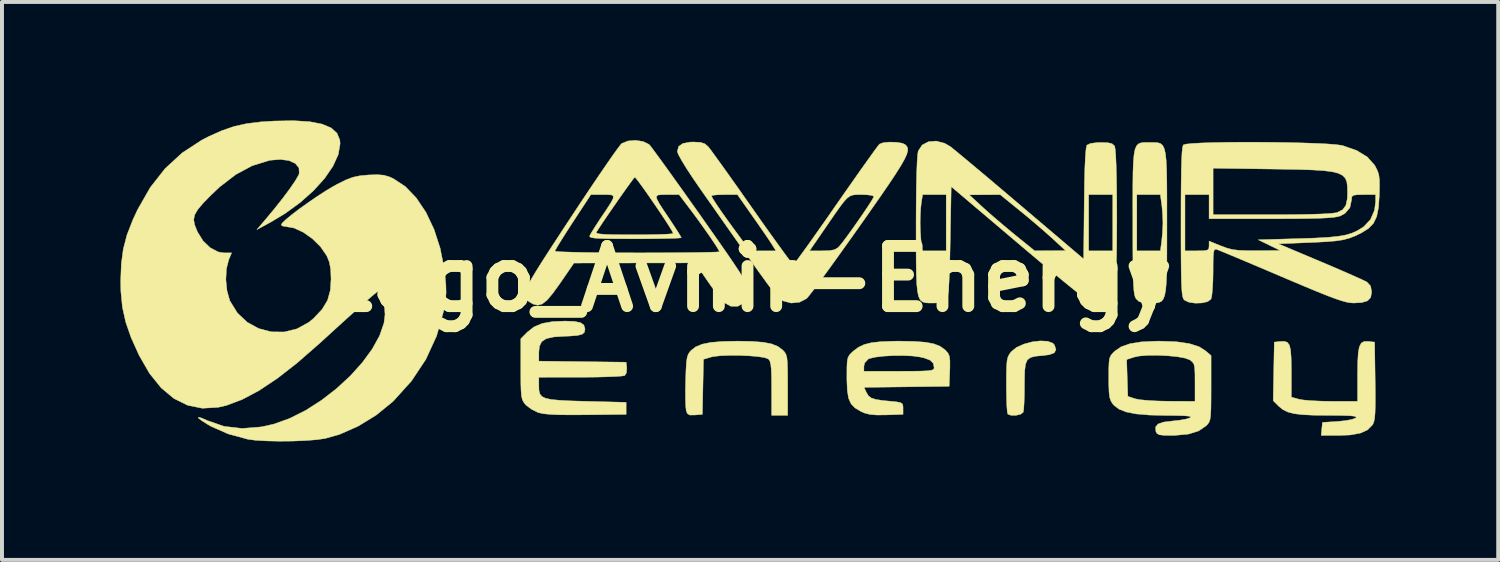
<source format=kicad_pcb>
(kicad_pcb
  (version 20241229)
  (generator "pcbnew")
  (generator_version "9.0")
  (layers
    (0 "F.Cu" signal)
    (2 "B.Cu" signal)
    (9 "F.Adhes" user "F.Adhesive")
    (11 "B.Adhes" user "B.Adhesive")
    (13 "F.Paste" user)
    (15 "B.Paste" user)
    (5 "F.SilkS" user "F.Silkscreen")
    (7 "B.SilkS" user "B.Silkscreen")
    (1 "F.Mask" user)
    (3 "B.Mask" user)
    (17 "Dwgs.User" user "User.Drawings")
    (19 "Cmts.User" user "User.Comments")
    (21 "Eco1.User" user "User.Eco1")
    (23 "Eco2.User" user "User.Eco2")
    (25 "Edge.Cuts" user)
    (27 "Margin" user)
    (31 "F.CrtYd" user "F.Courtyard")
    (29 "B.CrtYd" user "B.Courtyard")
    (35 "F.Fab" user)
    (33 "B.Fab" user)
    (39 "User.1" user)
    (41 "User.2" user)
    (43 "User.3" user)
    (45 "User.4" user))
  (footprint "Logo_Avnir-Energy"
    (layer "F.Cu")
    (at 15.874 4.011)
    (property "Reference" "Logo_Avnir-Energy" (at 0 0 0) (layer "F.SilkS") (effects (font (size 1.524 1.524) (thickness 0.3))))
    (attr through_hole)
    (fp_poly (pts (xy 7.595 1.578) (xy 7.728 1.626) (xy 7.77 1.673) (xy 7.808 1.79) (xy 7.766 1.87) (xy 7.639 1.919) (xy 7.469 1.94) (xy 7.288 1.957) (xy 7.163 1.989) (xy 7.082 2.051) (xy 7.037 2.16) (xy 7.016 2.333) (xy 7.011 2.585) (xy 7.01 2.694) (xy 7.008 2.937) (xy 7.001 3.148) (xy 6.991 3.302) (xy 6.98 3.374) (xy 6.914 3.425) (xy 6.795 3.454) (xy 6.67 3.453) (xy 6.587 3.421) (xy 6.575 3.36) (xy 6.564 3.217) (xy 6.557 3.012) (xy 6.553 2.764) (xy 6.553 2.688) (xy 6.554 2.407) (xy 6.559 2.209) (xy 6.57 2.073) (xy 6.591 1.98) (xy 6.624 1.912) (xy 6.672 1.848) (xy 6.679 1.839) (xy 6.811 1.733) (xy 6.995 1.65) (xy 7.203 1.594) (xy 7.412 1.569) (xy 7.595 1.578)) (stroke (width 0.01) (type solid)) (fill yes) (layer "F.SilkS"))
    (fp_poly (pts (xy -0.244 1.575) (xy 0.12 1.582) (xy 0.399 1.604) (xy 0.609 1.645) (xy 0.766 1.708) (xy 0.885 1.795) (xy 0.895 1.805) (xy 0.942 1.856) (xy 0.974 1.913) (xy 0.996 1.992) (xy 1.008 2.112) (xy 1.014 2.291) (xy 1.016 2.546) (xy 1.016 2.69) (xy 1.016 3.454) (xy 0.61 3.454) (xy 0.61 2.775) (xy 0.608 2.491) (xy 0.601 2.291) (xy 0.587 2.159) (xy 0.565 2.078) (xy 0.532 2.031) (xy 0.526 2.026) (xy 0.435 1.992) (xy 0.268 1.966) (xy 0.049 1.947) (xy -0.197 1.936) (xy -0.446 1.935) (xy -0.673 1.943) (xy -0.854 1.963) (xy -0.924 1.978) (xy -1.115 2.035) (xy -1.129 2.732) (xy -1.143 3.429) (xy -1.332 3.445) (xy -1.46 3.446) (xy -1.523 3.41) (xy -1.553 3.331) (xy -1.564 3.232) (xy -1.571 3.055) (xy -1.572 2.827) (xy -1.567 2.572) (xy -1.567 2.57) (xy -1.558 2.303) (xy -1.547 2.117) (xy -1.529 1.992) (xy -1.501 1.908) (xy -1.459 1.844) (xy -1.431 1.812) (xy -1.313 1.72) (xy -1.149 1.652) (xy -0.926 1.607) (xy -0.63 1.583) (xy -0.248 1.575) (xy -0.244 1.575)) (stroke (width 0.01) (type solid)) (fill yes) (layer "F.SilkS"))
    (fp_poly (pts (xy 13.665 1.605) (xy 13.717 1.674) (xy 13.748 1.801) (xy 13.762 2) (xy 13.767 2.283) (xy 13.767 2.341) (xy 13.767 2.992) (xy 13.957 3.045) (xy 14.082 3.066) (xy 14.281 3.083) (xy 14.527 3.094) (xy 14.792 3.099) (xy 14.796 3.099) (xy 15.443 3.099) (xy 15.443 2.423) (xy 15.447 2.104) (xy 15.46 1.874) (xy 15.488 1.72) (xy 15.534 1.628) (xy 15.603 1.586) (xy 15.699 1.581) (xy 15.725 1.583) (xy 15.875 1.6) (xy 15.889 2.585) (xy 15.893 2.937) (xy 15.892 3.201) (xy 15.886 3.393) (xy 15.875 3.527) (xy 15.856 3.618) (xy 15.83 3.681) (xy 15.821 3.694) (xy 15.697 3.821) (xy 15.511 3.905) (xy 15.25 3.951) (xy 14.959 3.962) (xy 14.522 3.962) (xy 14.554 3.632) (xy 14.946 3.607) (xy 15.141 3.587) (xy 15.301 3.557) (xy 15.393 3.523) (xy 15.4 3.518) (xy 15.407 3.493) (xy 15.36 3.475) (xy 15.25 3.463) (xy 15.064 3.457) (xy 14.79 3.454) (xy 14.704 3.454) (xy 14.335 3.45) (xy 14.052 3.437) (xy 13.838 3.411) (xy 13.677 3.369) (xy 13.554 3.309) (xy 13.452 3.227) (xy 13.442 3.217) (xy 13.307 3.082) (xy 13.321 2.341) (xy 13.335 1.6) (xy 13.478 1.584) (xy 13.587 1.58) (xy 13.665 1.605)) (stroke (width 0.01) (type solid)) (fill yes) (layer "F.SilkS"))
    (fp_poly (pts (xy -4.381 1.076) (xy -4.226 1.108) (xy -4.143 1.168) (xy -4.115 1.264) (xy -4.115 1.277) (xy -4.13 1.352) (xy -4.188 1.401) (xy -4.304 1.431) (xy -4.497 1.446) (xy -4.633 1.451) (xy -4.907 1.469) (xy -5.096 1.512) (xy -5.212 1.589) (xy -5.269 1.708) (xy -5.283 1.854) (xy -5.283 2.081) (xy -3.073 2.108) (xy -3.057 2.255) (xy -3.066 2.378) (xy -3.107 2.445) (xy -3.177 2.458) (xy -3.331 2.469) (xy -3.555 2.478) (xy -3.832 2.485) (xy -4.145 2.488) (xy -4.229 2.488) (xy -5.283 2.489) (xy -5.283 2.716) (xy -5.279 2.826) (xy -5.257 2.912) (xy -5.207 2.975) (xy -5.116 3.02) (xy -4.973 3.052) (xy -4.765 3.072) (xy -4.48 3.087) (xy -4.107 3.098) (xy -4.064 3.099) (xy -3.073 3.124) (xy -3.073 3.429) (xy -4.089 3.44) (xy -4.475 3.442) (xy -4.774 3.439) (xy -4.997 3.429) (xy -5.161 3.413) (xy -5.277 3.389) (xy -5.309 3.379) (xy -5.469 3.299) (xy -5.607 3.195) (xy -5.626 3.174) (xy -5.67 3.117) (xy -5.701 3.054) (xy -5.722 2.965) (xy -5.733 2.833) (xy -5.739 2.641) (xy -5.74 2.37) (xy -5.74 2.278) (xy -5.74 1.514) (xy -5.573 1.346) (xy -5.404 1.214) (xy -5.197 1.127) (xy -4.933 1.08) (xy -4.62 1.067) (xy -4.381 1.076)) (stroke (width 0.01) (type solid)) (fill yes) (layer "F.SilkS"))
    (fp_poly (pts (xy 10.199 -3.454) (xy 10.304 -3.454) (xy 10.389 -3.448) (xy 10.457 -3.426) (xy 10.51 -3.379) (xy 10.55 -3.298) (xy 10.579 -3.174) (xy 10.598 -2.997) (xy 10.609 -2.759) (xy 10.615 -2.449) (xy 10.617 -2.058) (xy 10.617 -1.578) (xy 10.617 -1.422) (xy 10.617 -0.915) (xy 10.616 -0.5) (xy 10.612 -0.168) (xy 10.602 0.091) (xy 10.585 0.285) (xy 10.559 0.423) (xy 10.522 0.515) (xy 10.472 0.571) (xy 10.407 0.599) (xy 10.325 0.609) (xy 10.224 0.61) (xy 10.185 0.61) (xy 10.013 0.602) (xy 9.909 0.571) (xy 9.84 0.506) (xy 9.833 0.497) (xy 9.812 0.455) (xy 9.795 0.39) (xy 9.781 0.291) (xy 9.771 0.148) (xy 9.763 -0.048) (xy 9.758 -0.308) (xy 9.755 -0.642) (xy 9.754 -1.059) (xy 9.754 -1.451) (xy 9.753 -1.955) (xy 9.754 -2.134) (xy 9.855 -2.134) (xy 9.855 -0.711) (xy 10.451 -0.711) (xy 10.483 -0.947) (xy 10.504 -1.157) (xy 10.515 -1.379) (xy 10.516 -1.422) (xy 10.508 -1.634) (xy 10.489 -1.855) (xy 10.483 -1.898) (xy 10.451 -2.134) (xy 9.855 -2.134) (xy 9.754 -2.134) (xy 9.754 -2.367) (xy 9.758 -2.695) (xy 9.767 -2.95) (xy 9.784 -3.141) (xy 9.809 -3.277) (xy 9.846 -3.366) (xy 9.897 -3.42) (xy 9.963 -3.446) (xy 10.047 -3.455) (xy 10.15 -3.455) (xy 10.199 -3.454)) (stroke (width 0.01) (type solid)) (fill yes) (layer "F.SilkS"))
    (fp_poly (pts (xy 4.225 1.582) (xy 4.505 1.603) (xy 4.716 1.643) (xy 4.873 1.704) (xy 4.994 1.79) (xy 5.012 1.807) (xy 5.075 1.879) (xy 5.11 1.958) (xy 5.124 2.073) (xy 5.123 2.252) (xy 5.12 2.324) (xy 5.105 2.718) (xy 4.027 2.732) (xy 2.949 2.745) (xy 3.006 2.868) (xy 3.057 2.955) (xy 3.13 3.013) (xy 3.247 3.051) (xy 3.43 3.079) (xy 3.581 3.093) (xy 3.767 3.111) (xy 3.873 3.132) (xy 3.922 3.166) (xy 3.936 3.226) (xy 3.937 3.277) (xy 3.937 3.429) (xy 3.505 3.443) (xy 3.267 3.445) (xy 3.097 3.43) (xy 2.961 3.395) (xy 2.865 3.352) (xy 2.72 3.265) (xy 2.621 3.162) (xy 2.558 3.022) (xy 2.526 2.825) (xy 2.515 2.552) (xy 2.515 2.477) (xy 2.516 2.247) (xy 2.517 2.212) (xy 2.946 2.212) (xy 2.946 2.337) (xy 3.835 2.337) (xy 4.157 2.336) (xy 4.39 2.333) (xy 4.549 2.326) (xy 4.648 2.314) (xy 4.701 2.295) (xy 4.721 2.268) (xy 4.724 2.248) (xy 4.702 2.137) (xy 4.628 2.06) (xy 4.481 2.003) (xy 4.369 1.977) (xy 4.181 1.951) (xy 3.945 1.94) (xy 3.688 1.941) (xy 3.44 1.955) (xy 3.229 1.981) (xy 3.083 2.016) (xy 3.059 2.026) (xy 2.964 2.128) (xy 2.946 2.212) (xy 2.517 2.212) (xy 2.523 2.094) (xy 2.542 1.994) (xy 2.579 1.925) (xy 2.641 1.861) (xy 2.677 1.828) (xy 2.806 1.731) (xy 2.953 1.661) (xy 3.138 1.614) (xy 3.378 1.588) (xy 3.692 1.576) (xy 3.861 1.575) (xy 4.225 1.582)) (stroke (width 0.01) (type solid)) (fill yes) (layer "F.SilkS"))
    (fp_poly (pts (xy 10.855 1.59) (xy 11.183 1.637) (xy 11.43 1.716) (xy 11.584 1.812) (xy 11.735 1.939) (xy 11.735 2.766) (xy 11.734 3.074) (xy 11.731 3.296) (xy 11.723 3.451) (xy 11.709 3.555) (xy 11.685 3.624) (xy 11.65 3.676) (xy 11.609 3.718) (xy 11.42 3.848) (xy 11.159 3.929) (xy 10.816 3.961) (xy 10.729 3.962) (xy 10.538 3.959) (xy 10.425 3.945) (xy 10.366 3.914) (xy 10.337 3.859) (xy 10.337 3.858) (xy 10.329 3.749) (xy 10.393 3.672) (xy 10.538 3.623) (xy 10.761 3.596) (xy 10.953 3.575) (xy 11.114 3.545) (xy 11.205 3.514) (xy 11.223 3.491) (xy 11.177 3.475) (xy 11.057 3.464) (xy 10.855 3.458) (xy 10.588 3.456) (xy 10.17 3.446) (xy 9.841 3.418) (xy 9.59 3.369) (xy 9.405 3.297) (xy 9.275 3.198) (xy 9.248 3.167) (xy 9.2 3.093) (xy 9.169 3.002) (xy 9.152 2.872) (xy 9.145 2.679) (xy 9.144 2.503) (xy 9.145 2.265) (xy 9.152 2.105) (xy 9.162 2.041) (xy 9.598 2.041) (xy 9.612 2.506) (xy 9.627 2.972) (xy 9.804 3.032) (xy 9.927 3.057) (xy 10.126 3.076) (xy 10.378 3.09) (xy 10.655 3.096) (xy 11.328 3.099) (xy 11.328 2.617) (xy 11.327 2.392) (xy 11.319 2.246) (xy 11.299 2.156) (xy 11.262 2.1) (xy 11.203 2.054) (xy 11.196 2.049) (xy 11.075 2.004) (xy 10.88 1.969) (xy 10.639 1.945) (xy 10.38 1.933) (xy 10.13 1.935) (xy 9.916 1.952) (xy 9.784 1.98) (xy 9.598 2.041) (xy 9.162 2.041) (xy 9.169 2.001) (xy 9.203 1.929) (xy 9.258 1.866) (xy 9.298 1.828) (xy 9.459 1.718) (xy 9.677 1.641) (xy 9.965 1.594) (xy 10.336 1.576) (xy 10.439 1.575) (xy 10.855 1.59)) (stroke (width 0.01) (type solid)) (fill yes) (layer "F.SilkS"))
    (fp_poly (pts (xy 4.987 -3.435) (xy 5.13 -3.353) (xy 5.199 -3.299) (xy 5.336 -3.186) (xy 5.533 -3.023) (xy 5.78 -2.816) (xy 6.069 -2.574) (xy 6.39 -2.303) (xy 6.734 -2.011) (xy 6.891 -1.878) (xy 8.509 -0.504) (xy 8.523 -1.912) (xy 8.526 -2.134) (xy 8.636 -2.134) (xy 8.636 -0.711) (xy 9.246 -0.711) (xy 9.246 -2.134) (xy 8.636 -2.134) (xy 8.526 -2.134) (xy 8.529 -2.406) (xy 8.539 -2.8) (xy 8.553 -3.094) (xy 8.569 -3.288) (xy 8.589 -3.381) (xy 8.592 -3.387) (xy 8.683 -3.43) (xy 8.854 -3.452) (xy 8.945 -3.454) (xy 9.123 -3.448) (xy 9.227 -3.423) (xy 9.285 -3.373) (xy 9.295 -3.356) (xy 9.309 -3.278) (xy 9.322 -3.112) (xy 9.332 -2.874) (xy 9.34 -2.578) (xy 9.345 -2.237) (xy 9.348 -1.868) (xy 9.349 -1.483) (xy 9.347 -1.097) (xy 9.344 -0.725) (xy 9.338 -0.382) (xy 9.329 -0.081) (xy 9.319 0.163) (xy 9.306 0.336) (xy 9.291 0.422) (xy 9.291 0.424) (xy 9.184 0.553) (xy 9.022 0.64) (xy 8.9 0.659) (xy 8.796 0.636) (xy 8.664 0.583) (xy 8.661 0.582) (xy 8.591 0.533) (xy 8.452 0.426) (xy 8.254 0.267) (xy 8.005 0.064) (xy 7.714 -0.176) (xy 7.39 -0.446) (xy 7.042 -0.739) (xy 6.833 -0.916) (xy 5.402 -2.129) (xy 5.613 -2.129) (xy 5.944 -1.823) (xy 6.122 -1.663) (xy 6.348 -1.468) (xy 6.59 -1.264) (xy 6.772 -1.114) (xy 7.27 -0.711) (xy 7.661 -0.714) (xy 8.052 -0.716) (xy 7.722 -1.022) (xy 7.543 -1.181) (xy 7.317 -1.377) (xy 7.075 -1.581) (xy 6.893 -1.73) (xy 6.395 -2.134) (xy 6.004 -2.131) (xy 5.613 -2.129) (xy 5.402 -2.129) (xy 5.156 -2.337) (xy 5.131 -0.948) (xy 5.122 -0.509) (xy 5.112 -0.163) (xy 5.1 0.102) (xy 5.086 0.294) (xy 5.07 0.424) (xy 5.05 0.501) (xy 5.036 0.526) (xy 4.94 0.584) (xy 4.769 0.608) (xy 4.696 0.61) (xy 4.587 0.61) (xy 4.498 0.603) (xy 4.428 0.58) (xy 4.373 0.533) (xy 4.333 0.45) (xy 4.304 0.323) (xy 4.285 0.143) (xy 4.274 -0.101) (xy 4.269 -0.416) (xy 4.267 -0.814) (xy 4.267 -1.304) (xy 4.267 -1.35) (xy 4.267 -1.422) (xy 4.37 -1.422) (xy 4.375 -1.213) (xy 4.388 -1.015) (xy 4.401 -0.902) (xy 4.433 -0.711) (xy 5.029 -0.711) (xy 5.029 -2.134) (xy 4.433 -2.134) (xy 4.401 -1.943) (xy 4.384 -1.787) (xy 4.373 -1.582) (xy 4.37 -1.422) (xy 4.267 -1.422) (xy 4.269 -1.868) (xy 4.274 -2.313) (xy 4.282 -2.678) (xy 4.293 -2.958) (xy 4.306 -3.148) (xy 4.321 -3.239) (xy 4.421 -3.39) (xy 4.58 -3.474) (xy 4.776 -3.49) (xy 4.987 -3.435)) (stroke (width 0.01) (type solid)) (fill yes) (layer "F.SilkS"))
    (fp_poly (pts (xy -1.189 -3.457) (xy -1.079 -3.42) (xy -0.992 -3.344) (xy -0.988 -3.339) (xy -0.933 -3.268) (xy -0.828 -3.124) (xy -0.68 -2.919) (xy -0.496 -2.662) (xy -0.285 -2.365) (xy -0.054 -2.037) (xy 0.124 -1.784) (xy 0.36 -1.448) (xy 0.579 -1.141) (xy 0.773 -0.871) (xy 0.934 -0.649) (xy 1.058 -0.483) (xy 1.135 -0.383) (xy 1.16 -0.358) (xy 1.196 -0.399) (xy 1.282 -0.514) (xy 1.413 -0.694) (xy 1.426 -0.711) (xy 1.569 -0.711) (xy 1.893 -0.711) (xy 2.084 -0.717) (xy 2.205 -0.741) (xy 2.289 -0.792) (xy 2.323 -0.826) (xy 2.398 -0.916) (xy 2.507 -1.061) (xy 2.639 -1.243) (xy 2.78 -1.443) (xy 2.919 -1.644) (xy 3.042 -1.827) (xy 3.138 -1.975) (xy 3.192 -2.068) (xy 3.2 -2.089) (xy 3.154 -2.112) (xy 3.034 -2.129) (xy 2.891 -2.134) (xy 2.774 -2.134) (xy 2.683 -2.127) (xy 2.605 -2.103) (xy 2.529 -2.052) (xy 2.443 -1.961) (xy 2.336 -1.821) (xy 2.194 -1.62) (xy 2.008 -1.349) (xy 1.98 -1.308) (xy 1.569 -0.711) (xy 1.426 -0.711) (xy 1.582 -0.929) (xy 1.781 -1.211) (xy 2.005 -1.529) (xy 2.235 -1.86) (xy 2.477 -2.207) (xy 2.703 -2.529) (xy 2.905 -2.816) (xy 3.077 -3.057) (xy 3.211 -3.244) (xy 3.302 -3.366) (xy 3.34 -3.413) (xy 3.437 -3.449) (xy 3.593 -3.464) (xy 3.766 -3.459) (xy 3.914 -3.436) (xy 3.988 -3.403) (xy 4.03 -3.36) (xy 4.054 -3.309) (xy 4.055 -3.241) (xy 4.029 -3.149) (xy 3.972 -3.026) (xy 3.88 -2.864) (xy 3.748 -2.655) (xy 3.573 -2.392) (xy 3.35 -2.068) (xy 3.074 -1.673) (xy 2.844 -1.346) (xy 2.578 -0.971) (xy 2.326 -0.618) (xy 2.095 -0.297) (xy 1.891 -0.018) (xy 1.721 0.211) (xy 1.593 0.379) (xy 1.514 0.477) (xy 1.496 0.495) (xy 1.319 0.589) (xy 1.109 0.611) (xy 0.907 0.559) (xy 0.807 0.495) (xy 0.773 0.462) (xy 0.729 0.413) (xy 0.67 0.34) (xy 0.592 0.239) (xy 0.49 0.103) (xy 0.361 -0.075) (xy 0.2 -0.299) (xy 0.003 -0.577) (xy -0.236 -0.915) (xy -0.52 -1.318) (xy -0.853 -1.792) (xy -1.073 -2.105) (xy -0.914 -2.105) (xy -0.885 -2.042) (xy -0.8 -1.908) (xy -0.668 -1.713) (xy -0.494 -1.468) (xy -0.285 -1.181) (xy -0.266 -1.156) (xy 0.061 -0.711) (xy 0.721 -0.711) (xy 0.617 -0.876) (xy 0.548 -0.981) (xy 0.436 -1.146) (xy 0.295 -1.35) (xy 0.14 -1.571) (xy 0.129 -1.587) (xy -0.255 -2.134) (xy -0.585 -2.134) (xy -0.753 -2.13) (xy -0.872 -2.119) (xy -0.914 -2.105) (xy -1.073 -2.105) (xy -1.213 -2.304) (xy -1.394 -2.568) (xy -1.55 -2.806) (xy -1.671 -3.005) (xy -1.75 -3.149) (xy -1.778 -3.225) (xy -1.744 -3.353) (xy -1.636 -3.43) (xy -1.446 -3.464) (xy -1.362 -3.466) (xy -1.189 -3.457)) (stroke (width 0.01) (type solid)) (fill yes) (layer "F.SilkS"))
    (fp_poly (pts (xy -2.645 -3.479) (xy -2.5 -3.409) (xy -2.48 -3.391) (xy -2.428 -3.326) (xy -2.325 -3.186) (xy -2.176 -2.983) (xy -1.99 -2.725) (xy -1.772 -2.421) (xy -1.53 -2.081) (xy -1.27 -1.715) (xy -1.153 -1.549) (xy -0.838 -1.101) (xy -0.577 -0.728) (xy -0.367 -0.422) (xy -0.203 -0.175) (xy -0.083 0.021) (xy -0.002 0.174) (xy 0.044 0.291) (xy 0.06 0.381) (xy 0.048 0.451) (xy 0.014 0.51) (xy -0.039 0.565) (xy -0.071 0.592) (xy -0.246 0.693) (xy -0.419 0.693) (xy -0.571 0.611) (xy -0.652 0.528) (xy -0.771 0.383) (xy -0.91 0.198) (xy -1.012 0.052) (xy -1.326 -0.406) (xy -4.394 -0.402) (xy -4.751 0.117) (xy -4.932 0.368) (xy -5.077 0.539) (xy -5.199 0.635) (xy -5.311 0.666) (xy -5.424 0.638) (xy -5.511 0.589) (xy -5.571 0.548) (xy -5.616 0.505) (xy -5.641 0.454) (xy -5.643 0.386) (xy -5.618 0.294) (xy -5.563 0.169) (xy -5.473 0.003) (xy -5.345 -0.21) (xy -5.175 -0.48) (xy -5.031 -0.703) (xy -4.877 -0.703) (xy -4.828 -0.694) (xy -4.688 -0.685) (xy -4.467 -0.678) (xy -4.177 -0.671) (xy -3.828 -0.666) (xy -3.43 -0.662) (xy -2.995 -0.661) (xy -2.794 -0.66) (xy -2.345 -0.661) (xy -1.929 -0.663) (xy -1.558 -0.666) (xy -1.24 -0.67) (xy -0.988 -0.675) (xy -0.811 -0.68) (xy -0.721 -0.686) (xy -0.711 -0.689) (xy -0.74 -0.748) (xy -0.817 -0.872) (xy -0.933 -1.045) (xy -1.076 -1.249) (xy -1.233 -1.469) (xy -1.395 -1.689) (xy -1.434 -1.74) (xy -1.732 -2.134) (xy -2.04 -2.134) (xy -2.177 -2.133) (xy -2.267 -2.123) (xy -2.307 -2.09) (xy -2.296 -2.022) (xy -2.233 -1.905) (xy -2.117 -1.726) (xy -1.983 -1.527) (xy -1.858 -1.339) (xy -1.758 -1.183) (xy -1.694 -1.078) (xy -1.676 -1.043) (xy -1.725 -1.036) (xy -1.861 -1.029) (xy -2.07 -1.023) (xy -2.338 -1.019) (xy -2.652 -1.016) (xy -2.85 -1.016) (xy -3.228 -1.017) (xy -3.516 -1.019) (xy -3.724 -1.025) (xy -3.866 -1.033) (xy -3.95 -1.046) (xy -3.99 -1.064) (xy -3.996 -1.087) (xy -3.995 -1.092) (xy -3.954 -1.167) (xy -3.946 -1.181) (xy -3.829 -1.181) (xy -3.822 -1.159) (xy -3.763 -1.142) (xy -3.643 -1.13) (xy -3.45 -1.122) (xy -3.175 -1.119) (xy -2.873 -1.118) (xy -2.568 -1.119) (xy -2.301 -1.124) (xy -2.087 -1.131) (xy -1.942 -1.14) (xy -1.881 -1.15) (xy -1.88 -1.151) (xy -1.907 -1.208) (xy -1.98 -1.328) (xy -2.088 -1.496) (xy -2.219 -1.693) (xy -2.363 -1.904) (xy -2.506 -2.112) (xy -2.639 -2.3) (xy -2.749 -2.451) (xy -2.825 -2.548) (xy -2.855 -2.576) (xy -2.891 -2.534) (xy -2.972 -2.424) (xy -3.087 -2.265) (xy -3.224 -2.071) (xy -3.371 -1.86) (xy -3.517 -1.649) (xy -3.649 -1.455) (xy -3.756 -1.294) (xy -3.827 -1.184) (xy -3.829 -1.181) (xy -3.946 -1.181) (xy -3.872 -1.301) (xy -3.762 -1.471) (xy -3.718 -1.537) (xy -3.559 -1.773) (xy -3.454 -1.937) (xy -3.401 -2.042) (xy -3.399 -2.101) (xy -3.447 -2.127) (xy -3.544 -2.134) (xy -3.658 -2.134) (xy -3.966 -2.134) (xy -4.421 -1.44) (xy -4.574 -1.204) (xy -4.705 -0.997) (xy -4.805 -0.835) (xy -4.864 -0.732) (xy -4.877 -0.703) (xy -5.031 -0.703) (xy -4.959 -0.814) (xy -4.694 -1.219) (xy -4.493 -1.525) (xy -4.236 -1.914) (xy -3.993 -2.278) (xy -3.77 -2.608) (xy -3.573 -2.896) (xy -3.41 -3.131) (xy -3.285 -3.304) (xy -3.206 -3.407) (xy -3.183 -3.43) (xy -3.028 -3.492) (xy -2.835 -3.508) (xy -2.645 -3.479)) (stroke (width 0.01) (type solid)) (fill yes) (layer "F.SilkS"))
    (fp_poly (pts (xy 13.288 -3.458) (xy 13.679 -3.452) (xy 14.048 -3.443) (xy 14.383 -3.432) (xy 14.669 -3.418) (xy 14.893 -3.401) (xy 15.041 -3.381) (xy 15.064 -3.376) (xy 15.422 -3.251) (xy 15.69 -3.087) (xy 15.874 -2.88) (xy 15.893 -2.847) (xy 15.947 -2.74) (xy 15.981 -2.636) (xy 15.997 -2.507) (xy 15.999 -2.327) (xy 15.994 -2.119) (xy 15.973 -1.809) (xy 15.927 -1.579) (xy 15.846 -1.409) (xy 15.72 -1.278) (xy 15.54 -1.166) (xy 15.529 -1.16) (xy 15.373 -1.085) (xy 15.229 -1.03) (xy 15.075 -0.99) (xy 14.891 -0.962) (xy 14.654 -0.942) (xy 14.344 -0.926) (xy 14.224 -0.921) (xy 13.437 -0.889) (xy 14.503 -0.44) (xy 14.817 -0.307) (xy 15.104 -0.183) (xy 15.35 -0.075) (xy 15.54 0.01) (xy 15.658 0.067) (xy 15.684 0.082) (xy 15.774 0.181) (xy 15.799 0.33) (xy 15.776 0.468) (xy 15.698 0.554) (xy 15.55 0.598) (xy 15.343 0.61) (xy 15.259 0.604) (xy 15.158 0.586) (xy 15.029 0.55) (xy 14.864 0.494) (xy 14.65 0.413) (xy 14.377 0.303) (xy 14.034 0.16) (xy 13.611 -0.019) (xy 13.524 -0.056) (xy 13.148 -0.216) (xy 12.799 -0.364) (xy 12.489 -0.495) (xy 12.23 -0.603) (xy 12.033 -0.685) (xy 11.91 -0.735) (xy 11.874 -0.748) (xy 11.836 -0.751) (xy 11.811 -0.722) (xy 11.796 -0.647) (xy 11.788 -0.508) (xy 11.786 -0.289) (xy 11.786 -0.18) (xy 11.781 0.064) (xy 11.769 0.277) (xy 11.752 0.436) (xy 11.733 0.511) (xy 11.649 0.574) (xy 11.504 0.608) (xy 11.333 0.614) (xy 11.172 0.59) (xy 11.058 0.535) (xy 11.053 0.53) (xy 11.032 0.499) (xy 11.015 0.445) (xy 11.001 0.358) (xy 10.991 0.23) (xy 10.983 0.049) (xy 10.978 -0.193) (xy 10.975 -0.507) (xy 10.973 -0.902) (xy 10.973 -1.388) (xy 10.973 -1.441) (xy 10.974 -1.969) (xy 10.975 -2.134) (xy 11.074 -2.134) (xy 11.074 -0.711) (xy 11.379 -0.711) (xy 11.548 -0.714) (xy 11.639 -0.729) (xy 11.677 -0.765) (xy 11.684 -0.833) (xy 11.684 -0.835) (xy 11.684 -0.958) (xy 11.988 -0.835) (xy 12.136 -0.78) (xy 12.275 -0.744) (xy 12.433 -0.724) (xy 12.638 -0.716) (xy 12.889 -0.715) (xy 13.487 -0.72) (xy 13.208 -0.855) (xy 12.929 -0.991) (xy 13.97 -1.021) (xy 14.376 -1.035) (xy 14.697 -1.053) (xy 14.947 -1.078) (xy 15.144 -1.112) (xy 15.304 -1.16) (xy 15.442 -1.223) (xy 15.574 -1.305) (xy 15.605 -1.327) (xy 15.771 -1.504) (xy 15.873 -1.741) (xy 15.9 -1.954) (xy 15.9 -2.134) (xy 15.596 -2.134) (xy 15.427 -2.131) (xy 15.336 -2.116) (xy 15.298 -2.08) (xy 15.291 -2.011) (xy 15.291 -2.003) (xy 15.249 -1.804) (xy 15.123 -1.658) (xy 15.009 -1.596) (xy 14.937 -1.575) (xy 14.828 -1.558) (xy 14.671 -1.545) (xy 14.456 -1.535) (xy 14.173 -1.529) (xy 13.811 -1.525) (xy 13.359 -1.524) (xy 13.26 -1.524) (xy 11.684 -1.524) (xy 11.684 -1.626) (xy 11.786 -1.626) (xy 13.277 -1.626) (xy 13.773 -1.628) (xy 14.188 -1.634) (xy 14.518 -1.644) (xy 14.757 -1.657) (xy 14.901 -1.675) (xy 14.929 -1.682) (xy 15.066 -1.752) (xy 15.147 -1.862) (xy 15.184 -2.032) (xy 15.189 -2.184) (xy 15.186 -2.331) (xy 15.172 -2.45) (xy 15.136 -2.545) (xy 15.068 -2.618) (xy 14.961 -2.673) (xy 14.803 -2.713) (xy 14.585 -2.741) (xy 14.299 -2.759) (xy 13.934 -2.771) (xy 13.48 -2.779) (xy 13.271 -2.782) (xy 11.786 -2.803) (xy 11.786 -1.626) (xy 11.684 -1.626) (xy 11.684 -2.134) (xy 11.074 -2.134) (xy 10.975 -2.134) (xy 10.977 -2.402) (xy 10.982 -2.748) (xy 10.989 -3.012) (xy 10.999 -3.202) (xy 11.012 -3.324) (xy 11.029 -3.386) (xy 11.034 -3.393) (xy 11.103 -3.413) (xy 11.261 -3.429) (xy 11.493 -3.442) (xy 11.785 -3.451) (xy 12.125 -3.458) (xy 12.497 -3.461) (xy 12.89 -3.461) (xy 13.288 -3.458)) (stroke (width 0.01) (type solid)) (fill yes) (layer "F.SilkS"))
    (fp_poly (pts (xy -11.087 -3.981) (xy -10.771 -3.92) (xy -10.54 -3.823) (xy -10.392 -3.688) (xy -10.321 -3.515) (xy -10.314 -3.42) (xy -10.361 -3.149) (xy -10.495 -2.854) (xy -10.706 -2.546) (xy -10.984 -2.238) (xy -11.32 -1.938) (xy -11.704 -1.658) (xy -12.065 -1.441) (xy -12.421 -1.248) (xy -12.192 -1.517) (xy -11.968 -1.787) (xy -11.763 -2.046) (xy -11.588 -2.281) (xy -11.454 -2.476) (xy -11.37 -2.617) (xy -11.349 -2.67) (xy -11.356 -2.812) (xy -11.448 -2.923) (xy -11.608 -2.996) (xy -11.823 -3.025) (xy -12.078 -3.005) (xy -12.12 -2.996) (xy -12.541 -2.865) (xy -12.952 -2.645) (xy -13.361 -2.331) (xy -13.576 -2.128) (xy -13.783 -1.917) (xy -13.92 -1.754) (xy -13.997 -1.62) (xy -14.02 -1.497) (xy -13.995 -1.365) (xy -13.931 -1.205) (xy -13.926 -1.193) (xy -13.785 -0.965) (xy -13.602 -0.789) (xy -13.399 -0.683) (xy -13.26 -0.66) (xy -13.061 -0.66) (xy -13.134 -0.484) (xy -13.192 -0.255) (xy -13.206 0.022) (xy -13.177 0.303) (xy -13.108 0.546) (xy -13.102 0.559) (xy -12.915 0.861) (xy -12.668 1.095) (xy -12.377 1.255) (xy -12.06 1.339) (xy -11.731 1.343) (xy -11.408 1.264) (xy -11.106 1.098) (xy -10.99 1.003) (xy -10.771 0.771) (xy -10.632 0.542) (xy -10.561 0.284) (xy -10.543 0) (xy -10.553 -0.244) (xy -10.586 -0.424) (xy -10.649 -0.58) (xy -10.653 -0.588) (xy -10.808 -0.813) (xy -11.014 -1.017) (xy -11.246 -1.181) (xy -11.478 -1.288) (xy -11.662 -1.321) (xy -11.765 -1.338) (xy -11.807 -1.365) (xy -11.781 -1.413) (xy -11.684 -1.506) (xy -11.533 -1.63) (xy -11.341 -1.776) (xy -11.124 -1.931) (xy -10.898 -2.086) (xy -10.678 -2.229) (xy -10.478 -2.348) (xy -10.389 -2.397) (xy -10.167 -2.507) (xy -9.99 -2.574) (xy -9.817 -2.611) (xy -9.606 -2.631) (xy -9.592 -2.632) (xy -9.37 -2.639) (xy -9.21 -2.626) (xy -9.073 -2.587) (xy -8.971 -2.542) (xy -8.664 -2.34) (xy -8.386 -2.051) (xy -8.141 -1.686) (xy -7.937 -1.257) (xy -7.781 -0.776) (xy -7.678 -0.254) (xy -7.662 -0.127) (xy -7.637 0.139) (xy -7.631 0.347) (xy -7.646 0.54) (xy -7.682 0.759) (xy -7.693 0.813) (xy -7.872 1.445) (xy -8.143 2.035) (xy -8.505 2.581) (xy -8.957 3.082) (xy -8.994 3.117) (xy -9.405 3.451) (xy -9.859 3.729) (xy -10.329 3.936) (xy -10.693 4.039) (xy -10.907 4.07) (xy -11.191 4.092) (xy -11.516 4.105) (xy -11.854 4.108) (xy -12.175 4.101) (xy -12.452 4.085) (xy -12.645 4.06) (xy -13.146 3.924) (xy -13.586 3.73) (xy -13.652 3.692) (xy -13.817 3.588) (xy -13.9 3.523) (xy -13.901 3.499) (xy -13.818 3.523) (xy -13.674 3.586) (xy -13.253 3.732) (xy -12.795 3.785) (xy -12.305 3.745) (xy -11.992 3.675) (xy -11.588 3.53) (xy -11.181 3.325) (xy -10.783 3.07) (xy -10.405 2.777) (xy -10.057 2.456) (xy -9.752 2.118) (xy -9.501 1.775) (xy -9.314 1.437) (xy -9.203 1.116) (xy -9.177 0.904) (xy -9.188 0.727) (xy -9.219 0.552) (xy -9.264 0.407) (xy -9.314 0.319) (xy -9.341 0.305) (xy -9.376 0.327) (xy -9.46 0.394) (xy -9.596 0.511) (xy -9.788 0.682) (xy -10.041 0.909) (xy -10.359 1.197) (xy -10.746 1.55) (xy -10.853 1.647) (xy -11.401 2.126) (xy -11.905 2.519) (xy -12.368 2.827) (xy -12.795 3.053) (xy -13.188 3.201) (xy -13.403 3.251) (xy -13.801 3.274) (xy -14.174 3.199) (xy -14.522 3.027) (xy -14.844 2.758) (xy -15.138 2.393) (xy -15.403 1.933) (xy -15.409 1.92) (xy -15.605 1.485) (xy -15.741 1.095) (xy -15.825 0.716) (xy -15.864 0.318) (xy -15.869 0.051) (xy -15.853 -0.38) (xy -15.803 -0.755) (xy -15.71 -1.112) (xy -15.565 -1.487) (xy -15.441 -1.754) (xy -15.12 -2.315) (xy -14.745 -2.793) (xy -14.311 -3.192) (xy -13.813 -3.517) (xy -13.64 -3.606) (xy -13.308 -3.754) (xy -13 -3.86) (xy -12.682 -3.931) (xy -12.322 -3.976) (xy -11.989 -3.997) (xy -11.492 -4.006) (xy -11.087 -3.981)) (stroke (width 0.01) (type solid)) (fill yes) (layer "F.SilkS")))
  (gr_rect
    (start -3 -3)
    (end 34.878 11.124)
    (stroke (width 0.1) (type default))
    (fill no)
    (layer "Edge.Cuts")))
</source>
